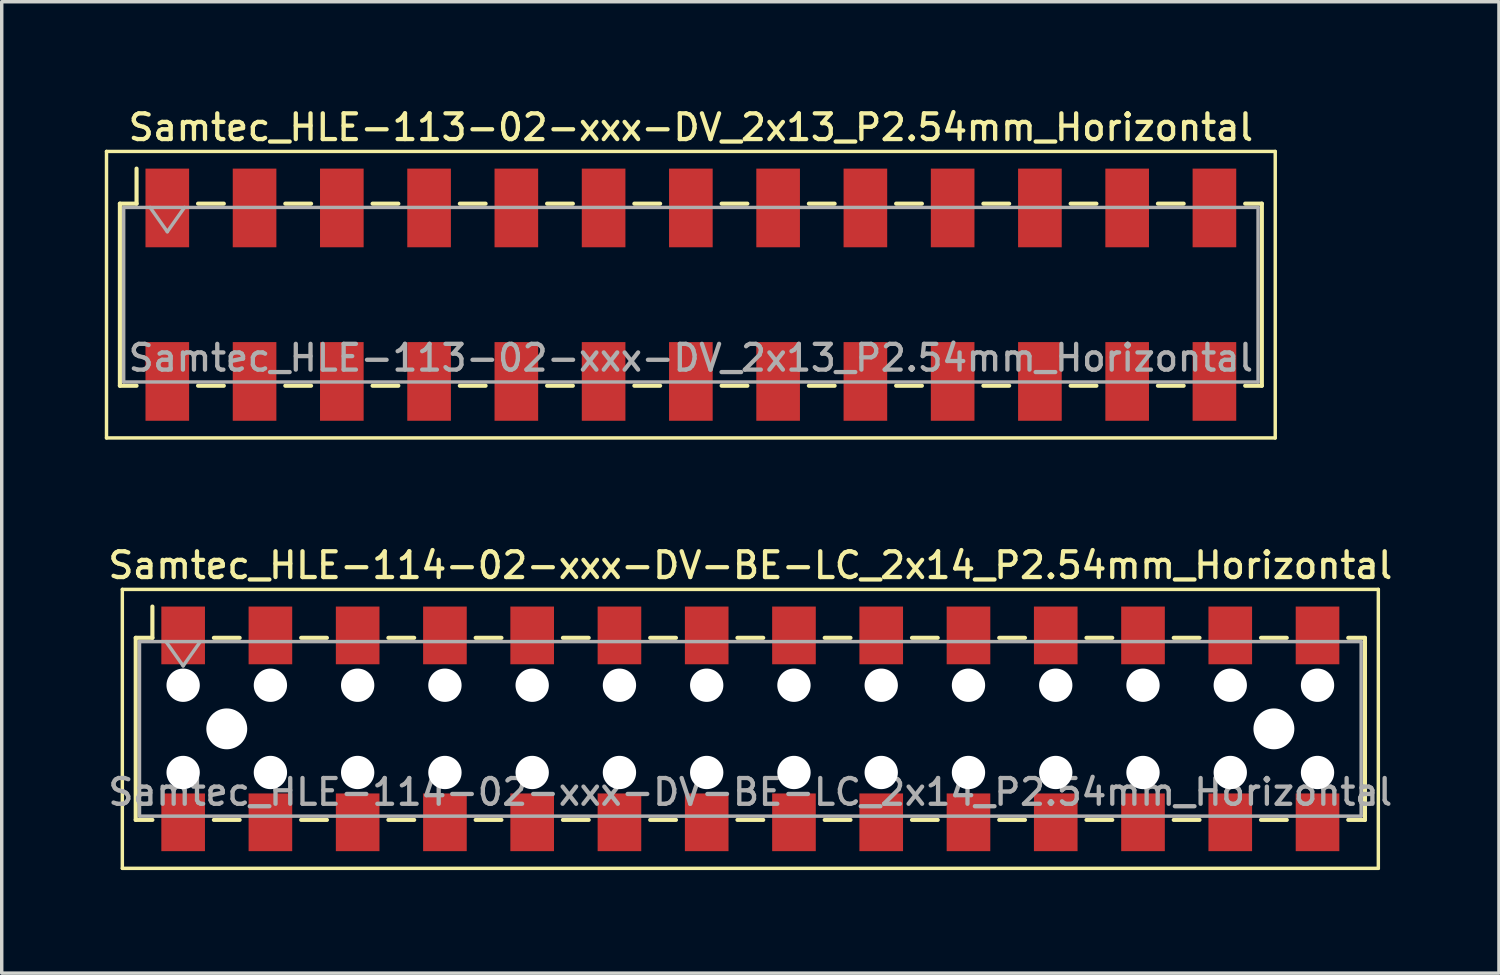
<source format=kicad_pcb>
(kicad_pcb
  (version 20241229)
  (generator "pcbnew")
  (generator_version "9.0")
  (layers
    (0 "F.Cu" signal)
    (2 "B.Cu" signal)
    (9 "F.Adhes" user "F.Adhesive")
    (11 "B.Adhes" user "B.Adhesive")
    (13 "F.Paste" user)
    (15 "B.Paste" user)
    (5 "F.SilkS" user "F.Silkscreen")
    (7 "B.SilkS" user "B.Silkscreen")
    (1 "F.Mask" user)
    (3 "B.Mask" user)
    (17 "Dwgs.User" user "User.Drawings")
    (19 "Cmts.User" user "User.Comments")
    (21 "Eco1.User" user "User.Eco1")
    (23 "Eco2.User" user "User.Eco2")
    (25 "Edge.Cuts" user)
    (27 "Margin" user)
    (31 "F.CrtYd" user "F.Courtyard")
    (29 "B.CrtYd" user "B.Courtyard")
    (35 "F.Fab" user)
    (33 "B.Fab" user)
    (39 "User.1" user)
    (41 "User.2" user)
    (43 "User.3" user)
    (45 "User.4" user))
  (footprint "Samtec_HLE-113-02-xxx-DV_2x13_P2.54mm_Horizontal"
    (layer "F.Cu")
    (at 17.06 5.528)
    (property "Reference" "Samtec_HLE-113-02-xxx-DV_2x13_P2.54mm_Horizontal" (at 0 -4.87 0) (layer "F.SilkS") (effects (font (size 0.75 0.75) (thickness 0.125))))
    (attr smd)
    (fp_line (start -17.01 -4.17) (end 17.01 -4.17) (stroke (width 0.1) (type solid)) (layer "F.SilkS"))
    (fp_line (start -17.01 4.17) (end -17.01 -4.17) (stroke (width 0.1) (type solid)) (layer "F.SilkS"))
    (fp_line (start -16.62 -2.65) (end -16.62 2.65) (stroke (width 0.12) (type solid)) (layer "F.SilkS"))
    (fp_line (start -16.62 2.65) (end -16.135 2.65) (stroke (width 0.12) (type solid)) (layer "F.SilkS"))
    (fp_line (start -16.135 -3.67) (end -16.135 -2.65) (stroke (width 0.12) (type solid)) (layer "F.SilkS"))
    (fp_line (start -16.135 -2.65) (end -16.62 -2.65) (stroke (width 0.12) (type solid)) (layer "F.SilkS"))
    (fp_line (start -14.345 -2.65) (end -13.595 -2.65) (stroke (width 0.12) (type solid)) (layer "F.SilkS"))
    (fp_line (start -14.345 2.65) (end -13.595 2.65) (stroke (width 0.12) (type solid)) (layer "F.SilkS"))
    (fp_line (start -11.805 -2.65) (end -11.055 -2.65) (stroke (width 0.12) (type solid)) (layer "F.SilkS"))
    (fp_line (start -11.805 2.65) (end -11.055 2.65) (stroke (width 0.12) (type solid)) (layer "F.SilkS"))
    (fp_line (start -9.265 -2.65) (end -8.515 -2.65) (stroke (width 0.12) (type solid)) (layer "F.SilkS"))
    (fp_line (start -9.265 2.65) (end -8.515 2.65) (stroke (width 0.12) (type solid)) (layer "F.SilkS"))
    (fp_line (start -6.725 -2.65) (end -5.975 -2.65) (stroke (width 0.12) (type solid)) (layer "F.SilkS"))
    (fp_line (start -6.725 2.65) (end -5.975 2.65) (stroke (width 0.12) (type solid)) (layer "F.SilkS"))
    (fp_line (start -4.185 -2.65) (end -3.435 -2.65) (stroke (width 0.12) (type solid)) (layer "F.SilkS"))
    (fp_line (start -4.185 2.65) (end -3.435 2.65) (stroke (width 0.12) (type solid)) (layer "F.SilkS"))
    (fp_line (start -1.645 -2.65) (end -0.895 -2.65) (stroke (width 0.12) (type solid)) (layer "F.SilkS"))
    (fp_line (start -1.645 2.65) (end -0.895 2.65) (stroke (width 0.12) (type solid)) (layer "F.SilkS"))
    (fp_line (start 0.895 -2.65) (end 1.645 -2.65) (stroke (width 0.12) (type solid)) (layer "F.SilkS"))
    (fp_line (start 0.895 2.65) (end 1.645 2.65) (stroke (width 0.12) (type solid)) (layer "F.SilkS"))
    (fp_line (start 3.435 -2.65) (end 4.185 -2.65) (stroke (width 0.12) (type solid)) (layer "F.SilkS"))
    (fp_line (start 3.435 2.65) (end 4.185 2.65) (stroke (width 0.12) (type solid)) (layer "F.SilkS"))
    (fp_line (start 5.975 -2.65) (end 6.725 -2.65) (stroke (width 0.12) (type solid)) (layer "F.SilkS"))
    (fp_line (start 5.975 2.65) (end 6.725 2.65) (stroke (width 0.12) (type solid)) (layer "F.SilkS"))
    (fp_line (start 8.515 -2.65) (end 9.265 -2.65) (stroke (width 0.12) (type solid)) (layer "F.SilkS"))
    (fp_line (start 8.515 2.65) (end 9.265 2.65) (stroke (width 0.12) (type solid)) (layer "F.SilkS"))
    (fp_line (start 11.055 -2.65) (end 11.805 -2.65) (stroke (width 0.12) (type solid)) (layer "F.SilkS"))
    (fp_line (start 11.055 2.65) (end 11.805 2.65) (stroke (width 0.12) (type solid)) (layer "F.SilkS"))
    (fp_line (start 13.595 -2.65) (end 14.345 -2.65) (stroke (width 0.12) (type solid)) (layer "F.SilkS"))
    (fp_line (start 13.595 2.65) (end 14.345 2.65) (stroke (width 0.12) (type solid)) (layer "F.SilkS"))
    (fp_line (start 16.135 -2.65) (end 16.62 -2.65) (stroke (width 0.12) (type solid)) (layer "F.SilkS"))
    (fp_line (start 16.62 -2.65) (end 16.62 2.65) (stroke (width 0.12) (type solid)) (layer "F.SilkS"))
    (fp_line (start 16.62 2.65) (end 16.135 2.65) (stroke (width 0.12) (type solid)) (layer "F.SilkS"))
    (fp_line (start 17.01 -4.17) (end 17.01 4.17) (stroke (width 0.1) (type solid)) (layer "F.SilkS"))
    (fp_line (start 17.01 4.17) (end -17.01 4.17) (stroke (width 0.1) (type solid)) (layer "F.SilkS"))
    (fp_line (start -16.51 -2.54) (end 16.51 -2.54) (stroke (width 0.1) (type solid)) (layer "F.Fab"))
    (fp_line (start -16.51 2.54) (end -16.51 -2.54) (stroke (width 0.1) (type solid)) (layer "F.Fab"))
    (fp_line (start -15.74 -2.54) (end -15.24 -1.833) (stroke (width 0.1) (type solid)) (layer "F.Fab"))
    (fp_line (start -15.24 -1.833) (end -14.74 -2.54) (stroke (width 0.1) (type solid)) (layer "F.Fab"))
    (fp_line (start 16.51 -2.54) (end 16.51 2.54) (stroke (width 0.1) (type solid)) (layer "F.Fab"))
    (fp_line (start 16.51 2.54) (end -16.51 2.54) (stroke (width 0.1) (type solid)) (layer "F.Fab"))
    (fp_text user "${REFERENCE}" (at 0 1.84 0) (layer "F.Fab") (effects (font (size 0.75 0.75) (thickness 0.125))))
    (pad "1" smd rect (at -15.24 -2.525) (size 1.27 2.29) (layers "F.Cu" "F.Mask" "F.Paste"))
    (pad "2" smd rect (at -15.24 2.525) (size 1.27 2.29) (layers "F.Cu" "F.Mask" "F.Paste"))
    (pad "3" smd rect (at -12.7 -2.525) (size 1.27 2.29) (layers "F.Cu" "F.Mask" "F.Paste"))
    (pad "4" smd rect (at -12.7 2.525) (size 1.27 2.29) (layers "F.Cu" "F.Mask" "F.Paste"))
    (pad "5" smd rect (at -10.16 -2.525) (size 1.27 2.29) (layers "F.Cu" "F.Mask" "F.Paste"))
    (pad "6" smd rect (at -10.16 2.525) (size 1.27 2.29) (layers "F.Cu" "F.Mask" "F.Paste"))
    (pad "7" smd rect (at -7.62 -2.525) (size 1.27 2.29) (layers "F.Cu" "F.Mask" "F.Paste"))
    (pad "8" smd rect (at -7.62 2.525) (size 1.27 2.29) (layers "F.Cu" "F.Mask" "F.Paste"))
    (pad "9" smd rect (at -5.08 -2.525) (size 1.27 2.29) (layers "F.Cu" "F.Mask" "F.Paste"))
    (pad "10" smd rect (at -5.08 2.525) (size 1.27 2.29) (layers "F.Cu" "F.Mask" "F.Paste"))
    (pad "11" smd rect (at -2.54 -2.525) (size 1.27 2.29) (layers "F.Cu" "F.Mask" "F.Paste"))
    (pad "12" smd rect (at -2.54 2.525) (size 1.27 2.29) (layers "F.Cu" "F.Mask" "F.Paste"))
    (pad "13" smd rect (at 0 -2.525) (size 1.27 2.29) (layers "F.Cu" "F.Mask" "F.Paste"))
    (pad "14" smd rect (at 0 2.525) (size 1.27 2.29) (layers "F.Cu" "F.Mask" "F.Paste"))
    (pad "15" smd rect (at 2.54 -2.525) (size 1.27 2.29) (layers "F.Cu" "F.Mask" "F.Paste"))
    (pad "16" smd rect (at 2.54 2.525) (size 1.27 2.29) (layers "F.Cu" "F.Mask" "F.Paste"))
    (pad "17" smd rect (at 5.08 -2.525) (size 1.27 2.29) (layers "F.Cu" "F.Mask" "F.Paste"))
    (pad "18" smd rect (at 5.08 2.525) (size 1.27 2.29) (layers "F.Cu" "F.Mask" "F.Paste"))
    (pad "19" smd rect (at 7.62 -2.525) (size 1.27 2.29) (layers "F.Cu" "F.Mask" "F.Paste"))
    (pad "20" smd rect (at 7.62 2.525) (size 1.27 2.29) (layers "F.Cu" "F.Mask" "F.Paste"))
    (pad "21" smd rect (at 10.16 -2.525) (size 1.27 2.29) (layers "F.Cu" "F.Mask" "F.Paste"))
    (pad "22" smd rect (at 10.16 2.525) (size 1.27 2.29) (layers "F.Cu" "F.Mask" "F.Paste"))
    (pad "23" smd rect (at 12.7 -2.525) (size 1.27 2.29) (layers "F.Cu" "F.Mask" "F.Paste"))
    (pad "24" smd rect (at 12.7 2.525) (size 1.27 2.29) (layers "F.Cu" "F.Mask" "F.Paste"))
    (pad "25" smd rect (at 15.24 -2.525) (size 1.27 2.29) (layers "F.Cu" "F.Mask" "F.Paste"))
    (pad "26" smd rect (at 15.24 2.525) (size 1.27 2.29) (layers "F.Cu" "F.Mask" "F.Paste")))
  (footprint "Samtec_HLE-114-02-xxx-DV-BE-LC_2x14_P2.54mm_Horizontal"
    (layer "F.Cu")
    (at 18.791 18.166)
    (property "Reference" "Samtec_HLE-114-02-xxx-DV-BE-LC_2x14_P2.54mm_Horizontal" (at 0 -4.76 0) (layer "F.SilkS") (effects (font (size 0.75 0.75) (thickness 0.125))))
    (attr smd)
    (fp_line (start -18.28 -4.06) (end 18.28 -4.06) (stroke (width 0.1) (type solid)) (layer "F.SilkS"))
    (fp_line (start -18.28 4.06) (end -18.28 -4.06) (stroke (width 0.1) (type solid)) (layer "F.SilkS"))
    (fp_line (start -17.89 -2.65) (end -17.89 2.65) (stroke (width 0.12) (type solid)) (layer "F.SilkS"))
    (fp_line (start -17.89 2.65) (end -17.405 2.65) (stroke (width 0.12) (type solid)) (layer "F.SilkS"))
    (fp_line (start -17.405 -3.56) (end -17.405 -2.65) (stroke (width 0.12) (type solid)) (layer "F.SilkS"))
    (fp_line (start -17.405 -2.65) (end -17.89 -2.65) (stroke (width 0.12) (type solid)) (layer "F.SilkS"))
    (fp_line (start -15.615 -2.65) (end -14.865 -2.65) (stroke (width 0.12) (type solid)) (layer "F.SilkS"))
    (fp_line (start -15.615 2.65) (end -14.865 2.65) (stroke (width 0.12) (type solid)) (layer "F.SilkS"))
    (fp_line (start -13.075 -2.65) (end -12.325 -2.65) (stroke (width 0.12) (type solid)) (layer "F.SilkS"))
    (fp_line (start -13.075 2.65) (end -12.325 2.65) (stroke (width 0.12) (type solid)) (layer "F.SilkS"))
    (fp_line (start -10.535 -2.65) (end -9.785 -2.65) (stroke (width 0.12) (type solid)) (layer "F.SilkS"))
    (fp_line (start -10.535 2.65) (end -9.785 2.65) (stroke (width 0.12) (type solid)) (layer "F.SilkS"))
    (fp_line (start -7.995 -2.65) (end -7.245 -2.65) (stroke (width 0.12) (type solid)) (layer "F.SilkS"))
    (fp_line (start -7.995 2.65) (end -7.245 2.65) (stroke (width 0.12) (type solid)) (layer "F.SilkS"))
    (fp_line (start -5.455 -2.65) (end -4.705 -2.65) (stroke (width 0.12) (type solid)) (layer "F.SilkS"))
    (fp_line (start -5.455 2.65) (end -4.705 2.65) (stroke (width 0.12) (type solid)) (layer "F.SilkS"))
    (fp_line (start -2.915 -2.65) (end -2.165 -2.65) (stroke (width 0.12) (type solid)) (layer "F.SilkS"))
    (fp_line (start -2.915 2.65) (end -2.165 2.65) (stroke (width 0.12) (type solid)) (layer "F.SilkS"))
    (fp_line (start -0.375 -2.65) (end 0.375 -2.65) (stroke (width 0.12) (type solid)) (layer "F.SilkS"))
    (fp_line (start -0.375 2.65) (end 0.375 2.65) (stroke (width 0.12) (type solid)) (layer "F.SilkS"))
    (fp_line (start 2.165 -2.65) (end 2.915 -2.65) (stroke (width 0.12) (type solid)) (layer "F.SilkS"))
    (fp_line (start 2.165 2.65) (end 2.915 2.65) (stroke (width 0.12) (type solid)) (layer "F.SilkS"))
    (fp_line (start 4.705 -2.65) (end 5.455 -2.65) (stroke (width 0.12) (type solid)) (layer "F.SilkS"))
    (fp_line (start 4.705 2.65) (end 5.455 2.65) (stroke (width 0.12) (type solid)) (layer "F.SilkS"))
    (fp_line (start 7.245 -2.65) (end 7.995 -2.65) (stroke (width 0.12) (type solid)) (layer "F.SilkS"))
    (fp_line (start 7.245 2.65) (end 7.995 2.65) (stroke (width 0.12) (type solid)) (layer "F.SilkS"))
    (fp_line (start 9.785 -2.65) (end 10.535 -2.65) (stroke (width 0.12) (type solid)) (layer "F.SilkS"))
    (fp_line (start 9.785 2.65) (end 10.535 2.65) (stroke (width 0.12) (type solid)) (layer "F.SilkS"))
    (fp_line (start 12.325 -2.65) (end 13.075 -2.65) (stroke (width 0.12) (type solid)) (layer "F.SilkS"))
    (fp_line (start 12.325 2.65) (end 13.075 2.65) (stroke (width 0.12) (type solid)) (layer "F.SilkS"))
    (fp_line (start 14.865 -2.65) (end 15.615 -2.65) (stroke (width 0.12) (type solid)) (layer "F.SilkS"))
    (fp_line (start 14.865 2.65) (end 15.615 2.65) (stroke (width 0.12) (type solid)) (layer "F.SilkS"))
    (fp_line (start 17.405 -2.65) (end 17.89 -2.65) (stroke (width 0.12) (type solid)) (layer "F.SilkS"))
    (fp_line (start 17.89 -2.65) (end 17.89 2.65) (stroke (width 0.12) (type solid)) (layer "F.SilkS"))
    (fp_line (start 17.89 2.65) (end 17.405 2.65) (stroke (width 0.12) (type solid)) (layer "F.SilkS"))
    (fp_line (start 18.28 -4.06) (end 18.28 4.06) (stroke (width 0.1) (type solid)) (layer "F.SilkS"))
    (fp_line (start 18.28 4.06) (end -18.28 4.06) (stroke (width 0.1) (type solid)) (layer "F.SilkS"))
    (fp_line (start -17.78 -2.54) (end 17.78 -2.54) (stroke (width 0.1) (type solid)) (layer "F.Fab"))
    (fp_line (start -17.78 2.54) (end -17.78 -2.54) (stroke (width 0.1) (type solid)) (layer "F.Fab"))
    (fp_line (start -17.01 -2.54) (end -16.51 -1.833) (stroke (width 0.1) (type solid)) (layer "F.Fab"))
    (fp_line (start -16.51 -1.833) (end -16.01 -2.54) (stroke (width 0.1) (type solid)) (layer "F.Fab"))
    (fp_line (start 17.78 -2.54) (end 17.78 2.54) (stroke (width 0.1) (type solid)) (layer "F.Fab"))
    (fp_line (start 17.78 2.54) (end -17.78 2.54) (stroke (width 0.1) (type solid)) (layer "F.Fab"))
    (fp_text user "${REFERENCE}" (at 0 1.84 0) (layer "F.Fab") (effects (font (size 0.75 0.75) (thickness 0.125))))
    (pad "" np_thru_hole circle (at -16.51 -1.27) (size 0.97 0.97) (drill 0.97) (layers "*.Cu" "*.Mask"))
    (pad "" np_thru_hole circle (at -16.51 1.27) (size 0.97 0.97) (drill 0.97) (layers "*.Cu" "*.Mask"))
    (pad "" np_thru_hole circle (at -15.24 0) (size 1.19 1.19) (drill 1.19) (layers "*.Cu" "*.Mask"))
    (pad "" np_thru_hole circle (at -13.97 -1.27) (size 0.97 0.97) (drill 0.97) (layers "*.Cu" "*.Mask"))
    (pad "" np_thru_hole circle (at -13.97 1.27) (size 0.97 0.97) (drill 0.97) (layers "*.Cu" "*.Mask"))
    (pad "" np_thru_hole circle (at -11.43 -1.27) (size 0.97 0.97) (drill 0.97) (layers "*.Cu" "*.Mask"))
    (pad "" np_thru_hole circle (at -11.43 1.27) (size 0.97 0.97) (drill 0.97) (layers "*.Cu" "*.Mask"))
    (pad "" np_thru_hole circle (at -8.89 -1.27) (size 0.97 0.97) (drill 0.97) (layers "*.Cu" "*.Mask"))
    (pad "" np_thru_hole circle (at -8.89 1.27) (size 0.97 0.97) (drill 0.97) (layers "*.Cu" "*.Mask"))
    (pad "" np_thru_hole circle (at -6.35 -1.27) (size 0.97 0.97) (drill 0.97) (layers "*.Cu" "*.Mask"))
    (pad "" np_thru_hole circle (at -6.35 1.27) (size 0.97 0.97) (drill 0.97) (layers "*.Cu" "*.Mask"))
    (pad "" np_thru_hole circle (at -3.81 -1.27) (size 0.97 0.97) (drill 0.97) (layers "*.Cu" "*.Mask"))
    (pad "" np_thru_hole circle (at -3.81 1.27) (size 0.97 0.97) (drill 0.97) (layers "*.Cu" "*.Mask"))
    (pad "" np_thru_hole circle (at -1.27 -1.27) (size 0.97 0.97) (drill 0.97) (layers "*.Cu" "*.Mask"))
    (pad "" np_thru_hole circle (at -1.27 1.27) (size 0.97 0.97) (drill 0.97) (layers "*.Cu" "*.Mask"))
    (pad "" np_thru_hole circle (at 1.27 -1.27) (size 0.97 0.97) (drill 0.97) (layers "*.Cu" "*.Mask"))
    (pad "" np_thru_hole circle (at 1.27 1.27) (size 0.97 0.97) (drill 0.97) (layers "*.Cu" "*.Mask"))
    (pad "" np_thru_hole circle (at 3.81 -1.27) (size 0.97 0.97) (drill 0.97) (layers "*.Cu" "*.Mask"))
    (pad "" np_thru_hole circle (at 3.81 1.27) (size 0.97 0.97) (drill 0.97) (layers "*.Cu" "*.Mask"))
    (pad "" np_thru_hole circle (at 6.35 -1.27) (size 0.97 0.97) (drill 0.97) (layers "*.Cu" "*.Mask"))
    (pad "" np_thru_hole circle (at 6.35 1.27) (size 0.97 0.97) (drill 0.97) (layers "*.Cu" "*.Mask"))
    (pad "" np_thru_hole circle (at 8.89 -1.27) (size 0.97 0.97) (drill 0.97) (layers "*.Cu" "*.Mask"))
    (pad "" np_thru_hole circle (at 8.89 1.27) (size 0.97 0.97) (drill 0.97) (layers "*.Cu" "*.Mask"))
    (pad "" np_thru_hole circle (at 11.43 -1.27) (size 0.97 0.97) (drill 0.97) (layers "*.Cu" "*.Mask"))
    (pad "" np_thru_hole circle (at 11.43 1.27) (size 0.97 0.97) (drill 0.97) (layers "*.Cu" "*.Mask"))
    (pad "" np_thru_hole circle (at 13.97 -1.27) (size 0.97 0.97) (drill 0.97) (layers "*.Cu" "*.Mask"))
    (pad "" np_thru_hole circle (at 13.97 1.27) (size 0.97 0.97) (drill 0.97) (layers "*.Cu" "*.Mask"))
    (pad "" np_thru_hole circle (at 15.24 0) (size 1.19 1.19) (drill 1.19) (layers "*.Cu" "*.Mask"))
    (pad "" np_thru_hole circle (at 16.51 -1.27) (size 0.97 0.97) (drill 0.97) (layers "*.Cu" "*.Mask"))
    (pad "" np_thru_hole circle (at 16.51 1.27) (size 0.97 0.97) (drill 0.97) (layers "*.Cu" "*.Mask"))
    (pad "1" smd rect (at -16.51 -2.72) (size 1.27 1.68) (layers "F.Cu" "F.Mask" "F.Paste"))
    (pad "2" smd rect (at -16.51 2.72) (size 1.27 1.68) (layers "F.Cu" "F.Mask" "F.Paste"))
    (pad "3" smd rect (at -13.97 -2.72) (size 1.27 1.68) (layers "F.Cu" "F.Mask" "F.Paste"))
    (pad "4" smd rect (at -13.97 2.72) (size 1.27 1.68) (layers "F.Cu" "F.Mask" "F.Paste"))
    (pad "5" smd rect (at -11.43 -2.72) (size 1.27 1.68) (layers "F.Cu" "F.Mask" "F.Paste"))
    (pad "6" smd rect (at -11.43 2.72) (size 1.27 1.68) (layers "F.Cu" "F.Mask" "F.Paste"))
    (pad "7" smd rect (at -8.89 -2.72) (size 1.27 1.68) (layers "F.Cu" "F.Mask" "F.Paste"))
    (pad "8" smd rect (at -8.89 2.72) (size 1.27 1.68) (layers "F.Cu" "F.Mask" "F.Paste"))
    (pad "9" smd rect (at -6.35 -2.72) (size 1.27 1.68) (layers "F.Cu" "F.Mask" "F.Paste"))
    (pad "10" smd rect (at -6.35 2.72) (size 1.27 1.68) (layers "F.Cu" "F.Mask" "F.Paste"))
    (pad "11" smd rect (at -3.81 -2.72) (size 1.27 1.68) (layers "F.Cu" "F.Mask" "F.Paste"))
    (pad "12" smd rect (at -3.81 2.72) (size 1.27 1.68) (layers "F.Cu" "F.Mask" "F.Paste"))
    (pad "13" smd rect (at -1.27 -2.72) (size 1.27 1.68) (layers "F.Cu" "F.Mask" "F.Paste"))
    (pad "14" smd rect (at -1.27 2.72) (size 1.27 1.68) (layers "F.Cu" "F.Mask" "F.Paste"))
    (pad "15" smd rect (at 1.27 -2.72) (size 1.27 1.68) (layers "F.Cu" "F.Mask" "F.Paste"))
    (pad "16" smd rect (at 1.27 2.72) (size 1.27 1.68) (layers "F.Cu" "F.Mask" "F.Paste"))
    (pad "17" smd rect (at 3.81 -2.72) (size 1.27 1.68) (layers "F.Cu" "F.Mask" "F.Paste"))
    (pad "18" smd rect (at 3.81 2.72) (size 1.27 1.68) (layers "F.Cu" "F.Mask" "F.Paste"))
    (pad "19" smd rect (at 6.35 -2.72) (size 1.27 1.68) (layers "F.Cu" "F.Mask" "F.Paste"))
    (pad "20" smd rect (at 6.35 2.72) (size 1.27 1.68) (layers "F.Cu" "F.Mask" "F.Paste"))
    (pad "21" smd rect (at 8.89 -2.72) (size 1.27 1.68) (layers "F.Cu" "F.Mask" "F.Paste"))
    (pad "22" smd rect (at 8.89 2.72) (size 1.27 1.68) (layers "F.Cu" "F.Mask" "F.Paste"))
    (pad "23" smd rect (at 11.43 -2.72) (size 1.27 1.68) (layers "F.Cu" "F.Mask" "F.Paste"))
    (pad "24" smd rect (at 11.43 2.72) (size 1.27 1.68) (layers "F.Cu" "F.Mask" "F.Paste"))
    (pad "25" smd rect (at 13.97 -2.72) (size 1.27 1.68) (layers "F.Cu" "F.Mask" "F.Paste"))
    (pad "26" smd rect (at 13.97 2.72) (size 1.27 1.68) (layers "F.Cu" "F.Mask" "F.Paste"))
    (pad "27" smd rect (at 16.51 -2.72) (size 1.27 1.68) (layers "F.Cu" "F.Mask" "F.Paste"))
    (pad "28" smd rect (at 16.51 2.72) (size 1.27 1.68) (layers "F.Cu" "F.Mask" "F.Paste")))
  (gr_rect
    (start -3 -3)
    (end 40.582 25.276)
    (stroke (width 0.1) (type default))
    (fill no)
    (layer "Edge.Cuts")))
</source>
